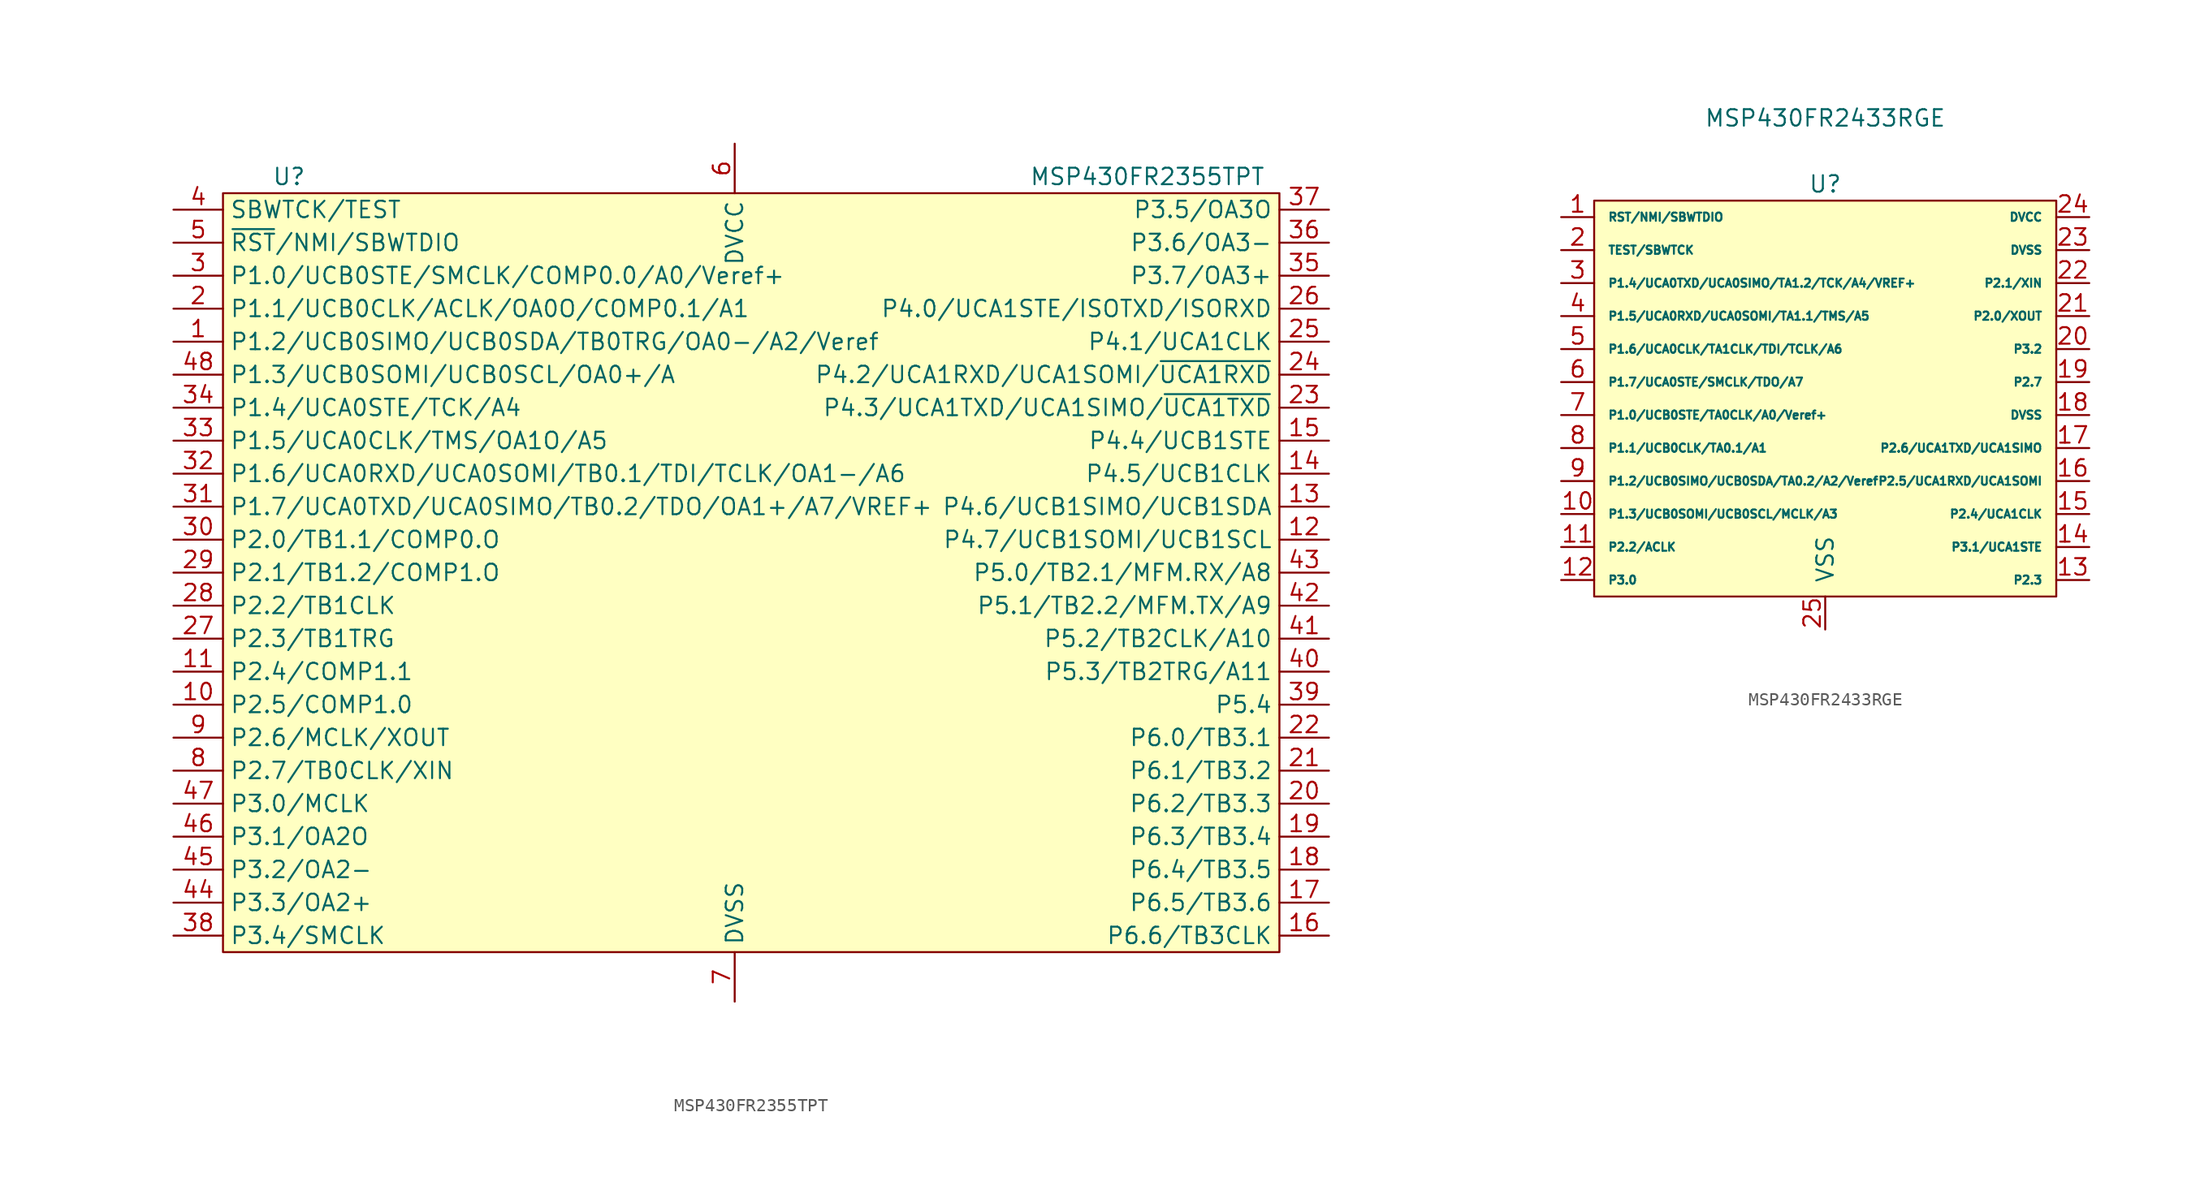
<source format=kicad_sym>
(kicad_symbol_lib
  (version 20211014)
  (generator kicad_symbol_editor)
  (symbol "MSP430FR2355TPT"
    (property "Reference" "U"
      (at -21.59 30.48 0)
      (effects (font (size 1.27 1.27))))
    (property "Value" "MSP430FR2355TPT"
      (at 44.45 30.48 0)
      (effects (font (size 1.27 1.27))))
    (symbol "MSP430FR2355TPT_0_1"
      (rectangle (start -26.67 29.21) (end 54.61 -29.21) (stroke (width 0) (type default) (color 0 0 0 0)) (fill (type background))))
    (symbol "MSP430FR2355TPT_1_1"
      (pin bidirectional line (at -30.48 17.78 0) (length 3.81) (name "P1.2/UCB0SIMO/UCB0SDA/TB0TRG/OA0-/A2/Veref" (effects (font (size 1.27 1.27)))) (number "1" (effects (font (size 1.27 1.27)))))
      (pin bidirectional line (at -30.48 -10.16 0) (length 3.81) (name "P2.5/COMP1.0" (effects (font (size 1.27 1.27)))) (number "10" (effects (font (size 1.27 1.27)))))
      (pin bidirectional line (at -30.48 -7.62 0) (length 3.81) (name "P2.4/COMP1.1" (effects (font (size 1.27 1.27)))) (number "11" (effects (font (size 1.27 1.27)))))
      (pin bidirectional line (at 58.42 2.54 180) (length 3.81) (name "P4.7/UCB1SOMI/UCB1SCL" (effects (font (size 1.27 1.27)))) (number "12" (effects (font (size 1.27 1.27)))))
      (pin bidirectional line (at 58.42 5.08 180) (length 3.81) (name "P4.6/UCB1SIMO/UCB1SDA" (effects (font (size 1.27 1.27)))) (number "13" (effects (font (size 1.27 1.27)))))
      (pin bidirectional line (at 58.42 7.62 180) (length 3.81) (name "P4.5/UCB1CLK" (effects (font (size 1.27 1.27)))) (number "14" (effects (font (size 1.27 1.27)))))
      (pin bidirectional line (at 58.42 10.16 180) (length 3.81) (name "P4.4/UCB1STE" (effects (font (size 1.27 1.27)))) (number "15" (effects (font (size 1.27 1.27)))))
      (pin bidirectional line (at 58.42 -27.94 180) (length 3.81) (name "P6.6/TB3CLK" (effects (font (size 1.27 1.27)))) (number "16" (effects (font (size 1.27 1.27)))))
      (pin bidirectional line (at 58.42 -25.4 180) (length 3.81) (name "P6.5/TB3.6" (effects (font (size 1.27 1.27)))) (number "17" (effects (font (size 1.27 1.27)))))
      (pin bidirectional line (at 58.42 -22.86 180) (length 3.81) (name "P6.4/TB3.5" (effects (font (size 1.27 1.27)))) (number "18" (effects (font (size 1.27 1.27)))))
      (pin bidirectional line (at 58.42 -20.32 180) (length 3.81) (name "P6.3/TB3.4" (effects (font (size 1.27 1.27)))) (number "19" (effects (font (size 1.27 1.27)))))
      (pin bidirectional line (at -30.48 20.32 0) (length 3.81) (name "P1.1/UCB0CLK/ACLK/OA0O/COMP0.1/A1" (effects (font (size 1.27 1.27)))) (number "2" (effects (font (size 1.27 1.27)))))
      (pin bidirectional line (at 58.42 -17.78 180) (length 3.81) (name "P6.2/TB3.3" (effects (font (size 1.27 1.27)))) (number "20" (effects (font (size 1.27 1.27)))))
      (pin bidirectional line (at 58.42 -15.24 180) (length 3.81) (name "P6.1/TB3.2" (effects (font (size 1.27 1.27)))) (number "21" (effects (font (size 1.27 1.27)))))
      (pin bidirectional line (at 58.42 -12.7 180) (length 3.81) (name "P6.0/TB3.1" (effects (font (size 1.27 1.27)))) (number "22" (effects (font (size 1.27 1.27)))))
      (pin bidirectional line (at 58.42 12.7 180) (length 3.81) (name "P4.3/UCA1TXD/UCA1SIMO/~{UCA1TXD}" (effects (font (size 1.27 1.27)))) (number "23" (effects (font (size 1.27 1.27)))))
      (pin bidirectional line (at 58.42 15.24 180) (length 3.81) (name "P4.2/UCA1RXD/UCA1SOMI/~{UCA1RXD}" (effects (font (size 1.27 1.27)))) (number "24" (effects (font (size 1.27 1.27)))))
      (pin bidirectional line (at 58.42 17.78 180) (length 3.81) (name "P4.1/UCA1CLK" (effects (font (size 1.27 1.27)))) (number "25" (effects (font (size 1.27 1.27)))))
      (pin bidirectional line (at 58.42 20.32 180) (length 3.81) (name "P4.0/UCA1STE/ISOTXD/ISORXD" (effects (font (size 1.27 1.27)))) (number "26" (effects (font (size 1.27 1.27)))))
      (pin bidirectional line (at -30.48 -5.08 0) (length 3.81) (name "P2.3/TB1TRG" (effects (font (size 1.27 1.27)))) (number "27" (effects (font (size 1.27 1.27)))))
      (pin bidirectional line (at -30.48 -2.54 0) (length 3.81) (name "P2.2/TB1CLK" (effects (font (size 1.27 1.27)))) (number "28" (effects (font (size 1.27 1.27)))))
      (pin bidirectional line (at -30.48 0 0) (length 3.81) (name "P2.1/TB1.2/COMP1.O" (effects (font (size 1.27 1.27)))) (number "29" (effects (font (size 1.27 1.27)))))
      (pin bidirectional line (at -30.48 22.86 0) (length 3.81) (name "P1.0/UCB0STE/SMCLK/COMP0.0/A0/Veref+" (effects (font (size 1.27 1.27)))) (number "3" (effects (font (size 1.27 1.27)))))
      (pin bidirectional line (at -30.48 2.54 0) (length 3.81) (name "P2.0/TB1.1/COMP0.O" (effects (font (size 1.27 1.27)))) (number "30" (effects (font (size 1.27 1.27)))))
      (pin bidirectional line (at -30.48 5.08 0) (length 3.81) (name "P1.7/UCA0TXD/UCA0SIMO/TB0.2/TDO/OA1+/A7/VREF+" (effects (font (size 1.27 1.27)))) (number "31" (effects (font (size 1.27 1.27)))))
      (pin bidirectional line (at -30.48 7.62 0) (length 3.81) (name "P1.6/UCA0RXD/UCA0SOMI/TB0.1/TDI/TCLK/OA1-/A6" (effects (font (size 1.27 1.27)))) (number "32" (effects (font (size 1.27 1.27)))))
      (pin bidirectional line (at -30.48 10.16 0) (length 3.81) (name "P1.5/UCA0CLK/TMS/OA1O/A5" (effects (font (size 1.27 1.27)))) (number "33" (effects (font (size 1.27 1.27)))))
      (pin bidirectional line (at -30.48 12.7 0) (length 3.81) (name "P1.4/UCA0STE/TCK/A4" (effects (font (size 1.27 1.27)))) (number "34" (effects (font (size 1.27 1.27)))))
      (pin bidirectional line (at 58.42 22.86 180) (length 3.81) (name "P3.7/OA3+" (effects (font (size 1.27 1.27)))) (number "35" (effects (font (size 1.27 1.27)))))
      (pin bidirectional line (at 58.42 25.4 180) (length 3.81) (name "P3.6/OA3-" (effects (font (size 1.27 1.27)))) (number "36" (effects (font (size 1.27 1.27)))))
      (pin bidirectional line (at 58.42 27.94 180) (length 3.81) (name "P3.5/OA3O" (effects (font (size 1.27 1.27)))) (number "37" (effects (font (size 1.27 1.27)))))
      (pin bidirectional line (at -30.48 -27.94 0) (length 3.81) (name "P3.4/SMCLK" (effects (font (size 1.27 1.27)))) (number "38" (effects (font (size 1.27 1.27)))))
      (pin bidirectional line (at 58.42 -10.16 180) (length 3.81) (name "P5.4" (effects (font (size 1.27 1.27)))) (number "39" (effects (font (size 1.27 1.27)))))
      (pin input line (at -30.48 27.94 0) (length 3.81) (name "SBWTCK/TEST" (effects (font (size 1.27 1.27)))) (number "4" (effects (font (size 1.27 1.27)))))
      (pin bidirectional line (at 58.42 -7.62 180) (length 3.81) (name "P5.3/TB2TRG/A11" (effects (font (size 1.27 1.27)))) (number "40" (effects (font (size 1.27 1.27)))))
      (pin bidirectional line (at 58.42 -5.08 180) (length 3.81) (name "P5.2/TB2CLK/A10" (effects (font (size 1.27 1.27)))) (number "41" (effects (font (size 1.27 1.27)))))
      (pin bidirectional line (at 58.42 -2.54 180) (length 3.81) (name "P5.1/TB2.2/MFM.TX/A9" (effects (font (size 1.27 1.27)))) (number "42" (effects (font (size 1.27 1.27)))))
      (pin bidirectional line (at 58.42 0 180) (length 3.81) (name "P5.0/TB2.1/MFM.RX/A8" (effects (font (size 1.27 1.27)))) (number "43" (effects (font (size 1.27 1.27)))))
      (pin bidirectional line (at -30.48 -25.4 0) (length 3.81) (name "P3.3/OA2+" (effects (font (size 1.27 1.27)))) (number "44" (effects (font (size 1.27 1.27)))))
      (pin bidirectional line (at -30.48 -22.86 0) (length 3.81) (name "P3.2/OA2-" (effects (font (size 1.27 1.27)))) (number "45" (effects (font (size 1.27 1.27)))))
      (pin bidirectional line (at -30.48 -20.32 0) (length 3.81) (name "P3.1/OA2O" (effects (font (size 1.27 1.27)))) (number "46" (effects (font (size 1.27 1.27)))))
      (pin bidirectional line (at -30.48 -17.78 0) (length 3.81) (name "P3.0/MCLK" (effects (font (size 1.27 1.27)))) (number "47" (effects (font (size 1.27 1.27)))))
      (pin bidirectional line (at -30.48 15.24 0) (length 3.81) (name "P1.3/UCB0SOMI/UCB0SCL/OA0+/A" (effects (font (size 1.27 1.27)))) (number "48" (effects (font (size 1.27 1.27)))))
      (pin input line (at -30.48 25.4 0) (length 3.81) (name "~{RST}/NMI/SBWTDIO" (effects (font (size 1.27 1.27)))) (number "5" (effects (font (size 1.27 1.27)))))
      (pin power_in line (at 12.7 33.02 270) (length 3.81) (name "DVCC" (effects (font (size 1.27 1.27)))) (number "6" (effects (font (size 1.27 1.27)))))
      (pin power_in line (at 12.7 -33.02 90) (length 3.81) (name "DVSS" (effects (font (size 1.27 1.27)))) (number "7" (effects (font (size 1.27 1.27)))))
      (pin bidirectional line (at -30.48 -15.24 0) (length 3.81) (name "P2.7/TB0CLK/XIN" (effects (font (size 1.27 1.27)))) (number "8" (effects (font (size 1.27 1.27)))))
      (pin bidirectional line (at -30.48 -12.7 0) (length 3.81) (name "P2.6/MCLK/XOUT" (effects (font (size 1.27 1.27)))) (number "9" (effects (font (size 1.27 1.27)))))))
  (symbol "MSP430FR2433RGE"
    (pin_names
      (offset 1.016))
    (property "Reference" "U"
      (at 5.08 -3.81 0)
      (effects (font (size 1.27 1.27))))
    (property "Value" "MSP430FR2433RGE"
      (at 5.08 1.27 0)
      (effects (font (size 1.27 1.27))))
    (symbol "MSP430FR2433RGE_0_1"
      (rectangle (start -12.7 -5.08) (end 22.86 -35.56) (stroke (width 0) (type default) (color 0 0 0 0)) (fill (type background)))
      (pin bidirectional line (at -15.24 -13.97 0) (length 2.54) (name "P1.5/UCA0RXD/UCA0SOMI/TA1.1/TMS/A5" (effects (font (size 0.635 0.635)))) (number "4" (effects (font (size 1.27 1.27))))))
    (symbol "MSP430FR2433RGE_1_1"
      (pin input line (at -15.24 -6.35 0) (length 2.54) (name "RST/NMI/SBWTDIO" (effects (font (size 0.635 0.635)))) (number "1" (effects (font (size 1.27 1.27)))))
      (pin bidirectional line (at -15.24 -29.21 0) (length 2.54) (name "P1.3/UCB0SOMI/UCB0SCL/MCLK/A3" (effects (font (size 0.635 0.635)))) (number "10" (effects (font (size 1.27 1.27)))))
      (pin bidirectional line (at -15.24 -31.75 0) (length 2.54) (name "P2.2/ACLK" (effects (font (size 0.635 0.635)))) (number "11" (effects (font (size 1.27 1.27)))))
      (pin bidirectional line (at -15.24 -34.29 0) (length 2.54) (name "P3.0" (effects (font (size 0.635 0.635)))) (number "12" (effects (font (size 1.27 1.27)))))
      (pin bidirectional line (at 25.4 -34.29 180) (length 2.54) (name "P2.3" (effects (font (size 0.635 0.635)))) (number "13" (effects (font (size 1.27 1.27)))))
      (pin bidirectional line (at 25.4 -31.75 180) (length 2.54) (name "P3.1/UCA1STE" (effects (font (size 0.635 0.635)))) (number "14" (effects (font (size 1.27 1.27)))))
      (pin bidirectional line (at 25.4 -29.21 180) (length 2.54) (name "P2.4/UCA1CLK" (effects (font (size 0.635 0.635)))) (number "15" (effects (font (size 1.27 1.27)))))
      (pin bidirectional line (at 25.4 -26.67 180) (length 2.54) (name "P2.5/UCA1RXD/UCA1SOMI" (effects (font (size 0.635 0.635)))) (number "16" (effects (font (size 1.27 1.27)))))
      (pin bidirectional line (at 25.4 -24.13 180) (length 2.54) (name "P2.6/UCA1TXD/UCA1SIMO" (effects (font (size 0.635 0.635)))) (number "17" (effects (font (size 1.27 1.27)))))
      (pin power_in line (at 25.4 -21.59 180) (length 2.54) (name "DVSS" (effects (font (size 0.635 0.635)))) (number "18" (effects (font (size 1.27 1.27)))))
      (pin bidirectional line (at 25.4 -19.05 180) (length 2.54) (name "P2.7" (effects (font (size 0.635 0.635)))) (number "19" (effects (font (size 1.27 1.27)))))
      (pin input line (at -15.24 -8.89 0) (length 2.54) (name "TEST/SBWTCK" (effects (font (size 0.635 0.635)))) (number "2" (effects (font (size 1.27 1.27)))))
      (pin bidirectional line (at 25.4 -16.51 180) (length 2.54) (name "P3.2" (effects (font (size 0.635 0.635)))) (number "20" (effects (font (size 1.27 1.27)))))
      (pin bidirectional line (at 25.4 -13.97 180) (length 2.54) (name "P2.0/XOUT" (effects (font (size 0.635 0.635)))) (number "21" (effects (font (size 1.27 1.27)))))
      (pin bidirectional line (at 25.4 -11.43 180) (length 2.54) (name "P2.1/XIN" (effects (font (size 0.635 0.635)))) (number "22" (effects (font (size 1.27 1.27)))))
      (pin power_in line (at 25.4 -8.89 180) (length 2.54) (name "DVSS" (effects (font (size 0.635 0.635)))) (number "23" (effects (font (size 1.27 1.27)))))
      (pin power_in line (at 25.4 -6.35 180) (length 2.54) (name "DVCC" (effects (font (size 0.635 0.635)))) (number "24" (effects (font (size 1.27 1.27)))))
      (pin power_in line (at 5.08 -38.1 90) (length 2.54) (name "VSS" (effects (font (size 1.27 1.27)))) (number "25" (effects (font (size 1.27 1.27)))))
      (pin bidirectional line (at -15.24 -11.43 0) (length 2.54) (name "P1.4/UCA0TXD/UCA0SIMO/TA1.2/TCK/A4/VREF+" (effects (font (size 0.635 0.635)))) (number "3" (effects (font (size 1.27 1.27)))))
      (pin bidirectional line (at -15.24 -16.51 0) (length 2.54) (name "P1.6/UCA0CLK/TA1CLK/TDI/TCLK/A6" (effects (font (size 0.635 0.635)))) (number "5" (effects (font (size 1.27 1.27)))))
      (pin bidirectional line (at -15.24 -19.05 0) (length 2.54) (name "P1.7/UCA0STE/SMCLK/TDO/A7" (effects (font (size 0.635 0.635)))) (number "6" (effects (font (size 1.27 1.27)))))
      (pin bidirectional line (at -15.24 -21.59 0) (length 2.54) (name "P1.0/UCB0STE/TA0CLK/A0/Veref+" (effects (font (size 0.635 0.635)))) (number "7" (effects (font (size 1.27 1.27)))))
      (pin bidirectional line (at -15.24 -24.13 0) (length 2.54) (name "P1.1/UCB0CLK/TA0.1/A1" (effects (font (size 0.635 0.635)))) (number "8" (effects (font (size 1.27 1.27)))))
      (pin bidirectional line (at -15.24 -26.67 0) (length 2.54) (name "P1.2/UCB0SIMO/UCB0SDA/TA0.2/A2/Veref" (effects (font (size 0.635 0.635)))) (number "9" (effects (font (size 1.27 1.27))))))))
</source>
